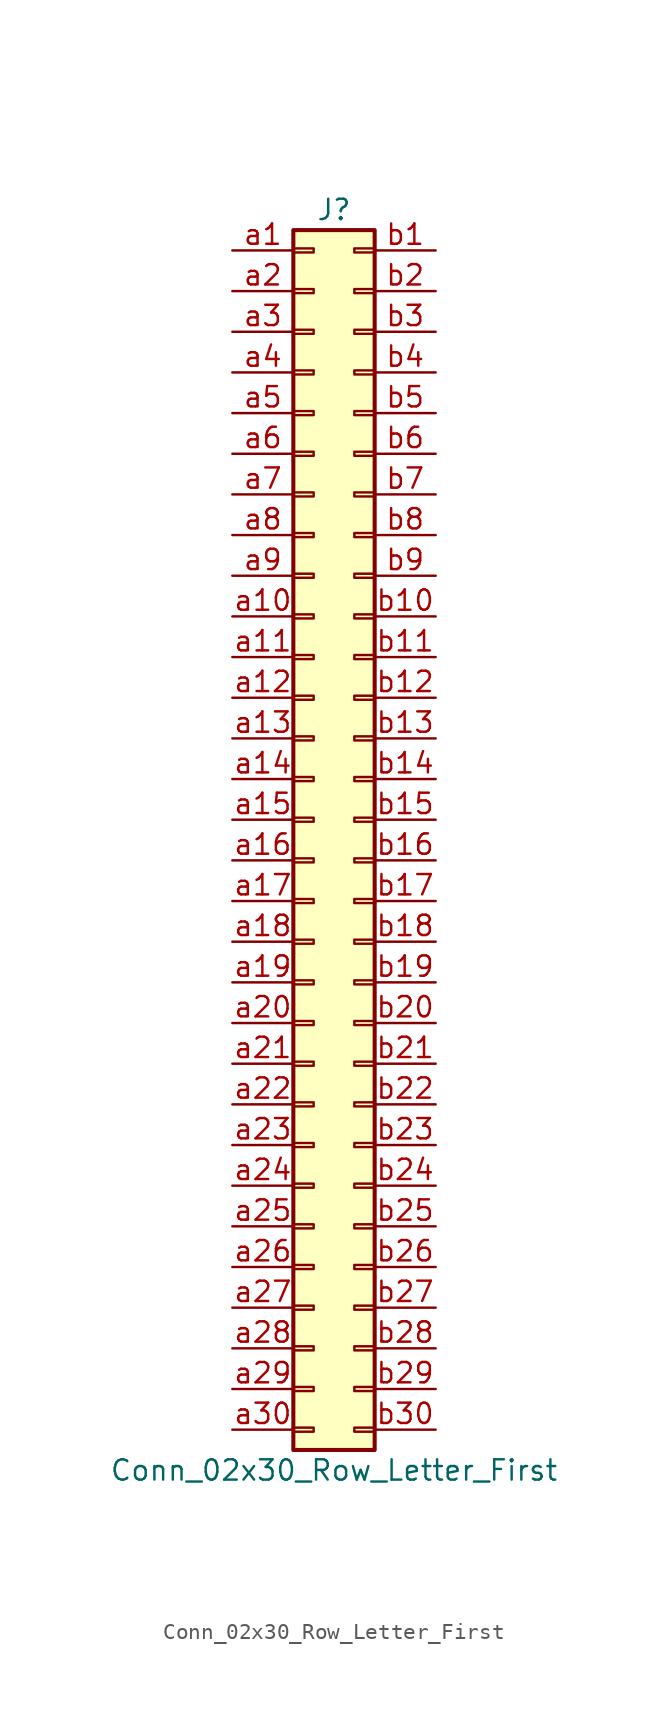
<source format=kicad_sym>
(kicad_symbol_lib
  (version 20201005)
  (generator kicad_symbol_editor)
  (symbol "Conn_02x30_Row_Letter_First"
    (pin_names
      (offset 1.016) hide)
    (property "Reference" "J"
      (at 1.27 38.1 0)
      (effects (font (size 1.27 1.27))))
    (property "Value" "Conn_02x30_Row_Letter_First"
      (at 1.27 -40.64 0)
      (effects (font (size 1.27 1.27))))
    (symbol "Conn_02x30_Row_Letter_First_1_1"
      (rectangle (start -1.27 -37.973) (end 0 -38.227) (stroke (width 0.152)) (fill (type none)))
      (rectangle (start -1.27 -35.433) (end 0 -35.687) (stroke (width 0.152)) (fill (type none)))
      (rectangle (start -1.27 -32.893) (end 0 -33.147) (stroke (width 0.152)) (fill (type none)))
      (rectangle (start -1.27 -30.353) (end 0 -30.607) (stroke (width 0.152)) (fill (type none)))
      (rectangle (start -1.27 -27.813) (end 0 -28.067) (stroke (width 0.152)) (fill (type none)))
      (rectangle (start -1.27 -25.273) (end 0 -25.527) (stroke (width 0.152)) (fill (type none)))
      (rectangle (start -1.27 -22.733) (end 0 -22.987) (stroke (width 0.152)) (fill (type none)))
      (rectangle (start -1.27 -20.193) (end 0 -20.447) (stroke (width 0.152)) (fill (type none)))
      (rectangle (start -1.27 -17.653) (end 0 -17.907) (stroke (width 0.152)) (fill (type none)))
      (rectangle (start -1.27 -15.113) (end 0 -15.367) (stroke (width 0.152)) (fill (type none)))
      (rectangle (start -1.27 -12.573) (end 0 -12.827) (stroke (width 0.152)) (fill (type none)))
      (rectangle (start -1.27 -10.033) (end 0 -10.287) (stroke (width 0.152)) (fill (type none)))
      (rectangle (start -1.27 -7.493) (end 0 -7.747) (stroke (width 0.152)) (fill (type none)))
      (rectangle (start -1.27 -4.953) (end 0 -5.207) (stroke (width 0.152)) (fill (type none)))
      (rectangle (start -1.27 -2.413) (end 0 -2.667) (stroke (width 0.152)) (fill (type none)))
      (rectangle (start -1.27 0.127) (end 0 -0.127) (stroke (width 0.152)) (fill (type none)))
      (rectangle (start -1.27 2.667) (end 0 2.413) (stroke (width 0.152)) (fill (type none)))
      (rectangle (start -1.27 5.207) (end 0 4.953) (stroke (width 0.152)) (fill (type none)))
      (rectangle (start -1.27 7.747) (end 0 7.493) (stroke (width 0.152)) (fill (type none)))
      (rectangle (start -1.27 10.287) (end 0 10.033) (stroke (width 0.152)) (fill (type none)))
      (rectangle (start -1.27 12.827) (end 0 12.573) (stroke (width 0.152)) (fill (type none)))
      (rectangle (start -1.27 15.367) (end 0 15.113) (stroke (width 0.152)) (fill (type none)))
      (rectangle (start -1.27 17.907) (end 0 17.653) (stroke (width 0.152)) (fill (type none)))
      (rectangle (start -1.27 20.447) (end 0 20.193) (stroke (width 0.152)) (fill (type none)))
      (rectangle (start -1.27 22.987) (end 0 22.733) (stroke (width 0.152)) (fill (type none)))
      (rectangle (start -1.27 25.527) (end 0 25.273) (stroke (width 0.152)) (fill (type none)))
      (rectangle (start -1.27 28.067) (end 0 27.813) (stroke (width 0.152)) (fill (type none)))
      (rectangle (start -1.27 30.607) (end 0 30.353) (stroke (width 0.152)) (fill (type none)))
      (rectangle (start -1.27 33.147) (end 0 32.893) (stroke (width 0.152)) (fill (type none)))
      (rectangle (start -1.27 35.687) (end 0 35.433) (stroke (width 0.152)) (fill (type none)))
      (rectangle (start 3.81 -37.973) (end 2.54 -38.227) (stroke (width 0.152)) (fill (type none)))
      (rectangle (start 3.81 -35.433) (end 2.54 -35.687) (stroke (width 0.152)) (fill (type none)))
      (rectangle (start 3.81 -32.893) (end 2.54 -33.147) (stroke (width 0.152)) (fill (type none)))
      (rectangle (start 3.81 -30.353) (end 2.54 -30.607) (stroke (width 0.152)) (fill (type none)))
      (rectangle (start 3.81 -27.813) (end 2.54 -28.067) (stroke (width 0.152)) (fill (type none)))
      (rectangle (start 3.81 -25.273) (end 2.54 -25.527) (stroke (width 0.152)) (fill (type none)))
      (rectangle (start 3.81 -22.733) (end 2.54 -22.987) (stroke (width 0.152)) (fill (type none)))
      (rectangle (start 3.81 -20.193) (end 2.54 -20.447) (stroke (width 0.152)) (fill (type none)))
      (rectangle (start 3.81 -17.653) (end 2.54 -17.907) (stroke (width 0.152)) (fill (type none)))
      (rectangle (start 3.81 -15.113) (end 2.54 -15.367) (stroke (width 0.152)) (fill (type none)))
      (rectangle (start 3.81 -12.573) (end 2.54 -12.827) (stroke (width 0.152)) (fill (type none)))
      (rectangle (start 3.81 -10.033) (end 2.54 -10.287) (stroke (width 0.152)) (fill (type none)))
      (rectangle (start 3.81 -7.493) (end 2.54 -7.747) (stroke (width 0.152)) (fill (type none)))
      (rectangle (start 3.81 -4.953) (end 2.54 -5.207) (stroke (width 0.152)) (fill (type none)))
      (rectangle (start 3.81 -2.413) (end 2.54 -2.667) (stroke (width 0.152)) (fill (type none)))
      (rectangle (start 3.81 0.127) (end 2.54 -0.127) (stroke (width 0.152)) (fill (type none)))
      (rectangle (start 3.81 2.667) (end 2.54 2.413) (stroke (width 0.152)) (fill (type none)))
      (rectangle (start 3.81 5.207) (end 2.54 4.953) (stroke (width 0.152)) (fill (type none)))
      (rectangle (start 3.81 7.747) (end 2.54 7.493) (stroke (width 0.152)) (fill (type none)))
      (rectangle (start 3.81 10.287) (end 2.54 10.033) (stroke (width 0.152)) (fill (type none)))
      (rectangle (start 3.81 12.827) (end 2.54 12.573) (stroke (width 0.152)) (fill (type none)))
      (rectangle (start 3.81 15.367) (end 2.54 15.113) (stroke (width 0.152)) (fill (type none)))
      (rectangle (start 3.81 17.907) (end 2.54 17.653) (stroke (width 0.152)) (fill (type none)))
      (rectangle (start 3.81 20.447) (end 2.54 20.193) (stroke (width 0.152)) (fill (type none)))
      (rectangle (start 3.81 22.987) (end 2.54 22.733) (stroke (width 0.152)) (fill (type none)))
      (rectangle (start 3.81 25.527) (end 2.54 25.273) (stroke (width 0.152)) (fill (type none)))
      (rectangle (start 3.81 28.067) (end 2.54 27.813) (stroke (width 0.152)) (fill (type none)))
      (rectangle (start 3.81 30.607) (end 2.54 30.353) (stroke (width 0.152)) (fill (type none)))
      (rectangle (start 3.81 33.147) (end 2.54 32.893) (stroke (width 0.152)) (fill (type none)))
      (rectangle (start 3.81 35.687) (end 2.54 35.433) (stroke (width 0.152)) (fill (type none)))
      (rectangle (start -1.27 36.83) (end 3.81 -39.37) (stroke (width 0.254)) (fill (type background)))
      (pin passive line (at -5.08 35.56 0) (length 3.81) (name "Pin_a1" (effects (font (size 1.27 1.27)))) (number "a1" (effects (font (size 1.27 1.27)))))
      (pin passive line (at -5.08 12.7 0) (length 3.81) (name "Pin_a10" (effects (font (size 1.27 1.27)))) (number "a10" (effects (font (size 1.27 1.27)))))
      (pin passive line (at -5.08 10.16 0) (length 3.81) (name "Pin_a11" (effects (font (size 1.27 1.27)))) (number "a11" (effects (font (size 1.27 1.27)))))
      (pin passive line (at -5.08 7.62 0) (length 3.81) (name "Pin_a12" (effects (font (size 1.27 1.27)))) (number "a12" (effects (font (size 1.27 1.27)))))
      (pin passive line (at -5.08 5.08 0) (length 3.81) (name "Pin_a13" (effects (font (size 1.27 1.27)))) (number "a13" (effects (font (size 1.27 1.27)))))
      (pin passive line (at -5.08 2.54 0) (length 3.81) (name "Pin_a14" (effects (font (size 1.27 1.27)))) (number "a14" (effects (font (size 1.27 1.27)))))
      (pin passive line (at -5.08 0 0) (length 3.81) (name "Pin_a15" (effects (font (size 1.27 1.27)))) (number "a15" (effects (font (size 1.27 1.27)))))
      (pin passive line (at -5.08 -2.54 0) (length 3.81) (name "Pin_a16" (effects (font (size 1.27 1.27)))) (number "a16" (effects (font (size 1.27 1.27)))))
      (pin passive line (at -5.08 -5.08 0) (length 3.81) (name "Pin_a17" (effects (font (size 1.27 1.27)))) (number "a17" (effects (font (size 1.27 1.27)))))
      (pin passive line (at -5.08 -7.62 0) (length 3.81) (name "Pin_a18" (effects (font (size 1.27 1.27)))) (number "a18" (effects (font (size 1.27 1.27)))))
      (pin passive line (at -5.08 -10.16 0) (length 3.81) (name "Pin_a19" (effects (font (size 1.27 1.27)))) (number "a19" (effects (font (size 1.27 1.27)))))
      (pin passive line (at -5.08 33.02 0) (length 3.81) (name "Pin_a2" (effects (font (size 1.27 1.27)))) (number "a2" (effects (font (size 1.27 1.27)))))
      (pin passive line (at -5.08 -12.7 0) (length 3.81) (name "Pin_a20" (effects (font (size 1.27 1.27)))) (number "a20" (effects (font (size 1.27 1.27)))))
      (pin passive line (at -5.08 -15.24 0) (length 3.81) (name "Pin_a21" (effects (font (size 1.27 1.27)))) (number "a21" (effects (font (size 1.27 1.27)))))
      (pin passive line (at -5.08 -17.78 0) (length 3.81) (name "Pin_a22" (effects (font (size 1.27 1.27)))) (number "a22" (effects (font (size 1.27 1.27)))))
      (pin passive line (at -5.08 -20.32 0) (length 3.81) (name "Pin_a23" (effects (font (size 1.27 1.27)))) (number "a23" (effects (font (size 1.27 1.27)))))
      (pin passive line (at -5.08 -22.86 0) (length 3.81) (name "Pin_a24" (effects (font (size 1.27 1.27)))) (number "a24" (effects (font (size 1.27 1.27)))))
      (pin passive line (at -5.08 -25.4 0) (length 3.81) (name "Pin_a25" (effects (font (size 1.27 1.27)))) (number "a25" (effects (font (size 1.27 1.27)))))
      (pin passive line (at -5.08 -27.94 0) (length 3.81) (name "Pin_a26" (effects (font (size 1.27 1.27)))) (number "a26" (effects (font (size 1.27 1.27)))))
      (pin passive line (at -5.08 -30.48 0) (length 3.81) (name "Pin_a27" (effects (font (size 1.27 1.27)))) (number "a27" (effects (font (size 1.27 1.27)))))
      (pin passive line (at -5.08 -33.02 0) (length 3.81) (name "Pin_a28" (effects (font (size 1.27 1.27)))) (number "a28" (effects (font (size 1.27 1.27)))))
      (pin passive line (at -5.08 -35.56 0) (length 3.81) (name "Pin_a29" (effects (font (size 1.27 1.27)))) (number "a29" (effects (font (size 1.27 1.27)))))
      (pin passive line (at -5.08 30.48 0) (length 3.81) (name "Pin_a3" (effects (font (size 1.27 1.27)))) (number "a3" (effects (font (size 1.27 1.27)))))
      (pin passive line (at -5.08 -38.1 0) (length 3.81) (name "Pin_a30" (effects (font (size 1.27 1.27)))) (number "a30" (effects (font (size 1.27 1.27)))))
      (pin passive line (at -5.08 27.94 0) (length 3.81) (name "Pin_a4" (effects (font (size 1.27 1.27)))) (number "a4" (effects (font (size 1.27 1.27)))))
      (pin passive line (at -5.08 25.4 0) (length 3.81) (name "Pin_a5" (effects (font (size 1.27 1.27)))) (number "a5" (effects (font (size 1.27 1.27)))))
      (pin passive line (at -5.08 22.86 0) (length 3.81) (name "Pin_a6" (effects (font (size 1.27 1.27)))) (number "a6" (effects (font (size 1.27 1.27)))))
      (pin passive line (at -5.08 20.32 0) (length 3.81) (name "Pin_a7" (effects (font (size 1.27 1.27)))) (number "a7" (effects (font (size 1.27 1.27)))))
      (pin passive line (at -5.08 17.78 0) (length 3.81) (name "Pin_a8" (effects (font (size 1.27 1.27)))) (number "a8" (effects (font (size 1.27 1.27)))))
      (pin passive line (at -5.08 15.24 0) (length 3.81) (name "Pin_a9" (effects (font (size 1.27 1.27)))) (number "a9" (effects (font (size 1.27 1.27)))))
      (pin passive line (at 7.62 35.56 180) (length 3.81) (name "Pin_b1" (effects (font (size 1.27 1.27)))) (number "b1" (effects (font (size 1.27 1.27)))))
      (pin passive line (at 7.62 12.7 180) (length 3.81) (name "Pin_b10" (effects (font (size 1.27 1.27)))) (number "b10" (effects (font (size 1.27 1.27)))))
      (pin passive line (at 7.62 10.16 180) (length 3.81) (name "Pin_b11" (effects (font (size 1.27 1.27)))) (number "b11" (effects (font (size 1.27 1.27)))))
      (pin passive line (at 7.62 7.62 180) (length 3.81) (name "Pin_b12" (effects (font (size 1.27 1.27)))) (number "b12" (effects (font (size 1.27 1.27)))))
      (pin passive line (at 7.62 5.08 180) (length 3.81) (name "Pin_b13" (effects (font (size 1.27 1.27)))) (number "b13" (effects (font (size 1.27 1.27)))))
      (pin passive line (at 7.62 2.54 180) (length 3.81) (name "Pin_b14" (effects (font (size 1.27 1.27)))) (number "b14" (effects (font (size 1.27 1.27)))))
      (pin passive line (at 7.62 0 180) (length 3.81) (name "Pin_b15" (effects (font (size 1.27 1.27)))) (number "b15" (effects (font (size 1.27 1.27)))))
      (pin passive line (at 7.62 -2.54 180) (length 3.81) (name "Pin_b16" (effects (font (size 1.27 1.27)))) (number "b16" (effects (font (size 1.27 1.27)))))
      (pin passive line (at 7.62 -5.08 180) (length 3.81) (name "Pin_b17" (effects (font (size 1.27 1.27)))) (number "b17" (effects (font (size 1.27 1.27)))))
      (pin passive line (at 7.62 -7.62 180) (length 3.81) (name "Pin_b18" (effects (font (size 1.27 1.27)))) (number "b18" (effects (font (size 1.27 1.27)))))
      (pin passive line (at 7.62 -10.16 180) (length 3.81) (name "Pin_b19" (effects (font (size 1.27 1.27)))) (number "b19" (effects (font (size 1.27 1.27)))))
      (pin passive line (at 7.62 33.02 180) (length 3.81) (name "Pin_b2" (effects (font (size 1.27 1.27)))) (number "b2" (effects (font (size 1.27 1.27)))))
      (pin passive line (at 7.62 -12.7 180) (length 3.81) (name "Pin_b20" (effects (font (size 1.27 1.27)))) (number "b20" (effects (font (size 1.27 1.27)))))
      (pin passive line (at 7.62 -15.24 180) (length 3.81) (name "Pin_b21" (effects (font (size 1.27 1.27)))) (number "b21" (effects (font (size 1.27 1.27)))))
      (pin passive line (at 7.62 -17.78 180) (length 3.81) (name "Pin_b22" (effects (font (size 1.27 1.27)))) (number "b22" (effects (font (size 1.27 1.27)))))
      (pin passive line (at 7.62 -20.32 180) (length 3.81) (name "Pin_b23" (effects (font (size 1.27 1.27)))) (number "b23" (effects (font (size 1.27 1.27)))))
      (pin passive line (at 7.62 -22.86 180) (length 3.81) (name "Pin_b24" (effects (font (size 1.27 1.27)))) (number "b24" (effects (font (size 1.27 1.27)))))
      (pin passive line (at 7.62 -25.4 180) (length 3.81) (name "Pin_b25" (effects (font (size 1.27 1.27)))) (number "b25" (effects (font (size 1.27 1.27)))))
      (pin passive line (at 7.62 -27.94 180) (length 3.81) (name "Pin_b26" (effects (font (size 1.27 1.27)))) (number "b26" (effects (font (size 1.27 1.27)))))
      (pin passive line (at 7.62 -30.48 180) (length 3.81) (name "Pin_b27" (effects (font (size 1.27 1.27)))) (number "b27" (effects (font (size 1.27 1.27)))))
      (pin passive line (at 7.62 -33.02 180) (length 3.81) (name "Pin_b28" (effects (font (size 1.27 1.27)))) (number "b28" (effects (font (size 1.27 1.27)))))
      (pin passive line (at 7.62 -35.56 180) (length 3.81) (name "Pin_b29" (effects (font (size 1.27 1.27)))) (number "b29" (effects (font (size 1.27 1.27)))))
      (pin passive line (at 7.62 30.48 180) (length 3.81) (name "Pin_b3" (effects (font (size 1.27 1.27)))) (number "b3" (effects (font (size 1.27 1.27)))))
      (pin passive line (at 7.62 -38.1 180) (length 3.81) (name "Pin_b30" (effects (font (size 1.27 1.27)))) (number "b30" (effects (font (size 1.27 1.27)))))
      (pin passive line (at 7.62 27.94 180) (length 3.81) (name "Pin_b4" (effects (font (size 1.27 1.27)))) (number "b4" (effects (font (size 1.27 1.27)))))
      (pin passive line (at 7.62 25.4 180) (length 3.81) (name "Pin_b5" (effects (font (size 1.27 1.27)))) (number "b5" (effects (font (size 1.27 1.27)))))
      (pin passive line (at 7.62 22.86 180) (length 3.81) (name "Pin_b6" (effects (font (size 1.27 1.27)))) (number "b6" (effects (font (size 1.27 1.27)))))
      (pin passive line (at 7.62 20.32 180) (length 3.81) (name "Pin_b7" (effects (font (size 1.27 1.27)))) (number "b7" (effects (font (size 1.27 1.27)))))
      (pin passive line (at 7.62 17.78 180) (length 3.81) (name "Pin_b8" (effects (font (size 1.27 1.27)))) (number "b8" (effects (font (size 1.27 1.27)))))
      (pin passive line (at 7.62 15.24 180) (length 3.81) (name "Pin_b9" (effects (font (size 1.27 1.27)))) (number "b9" (effects (font (size 1.27 1.27))))))))
</source>
